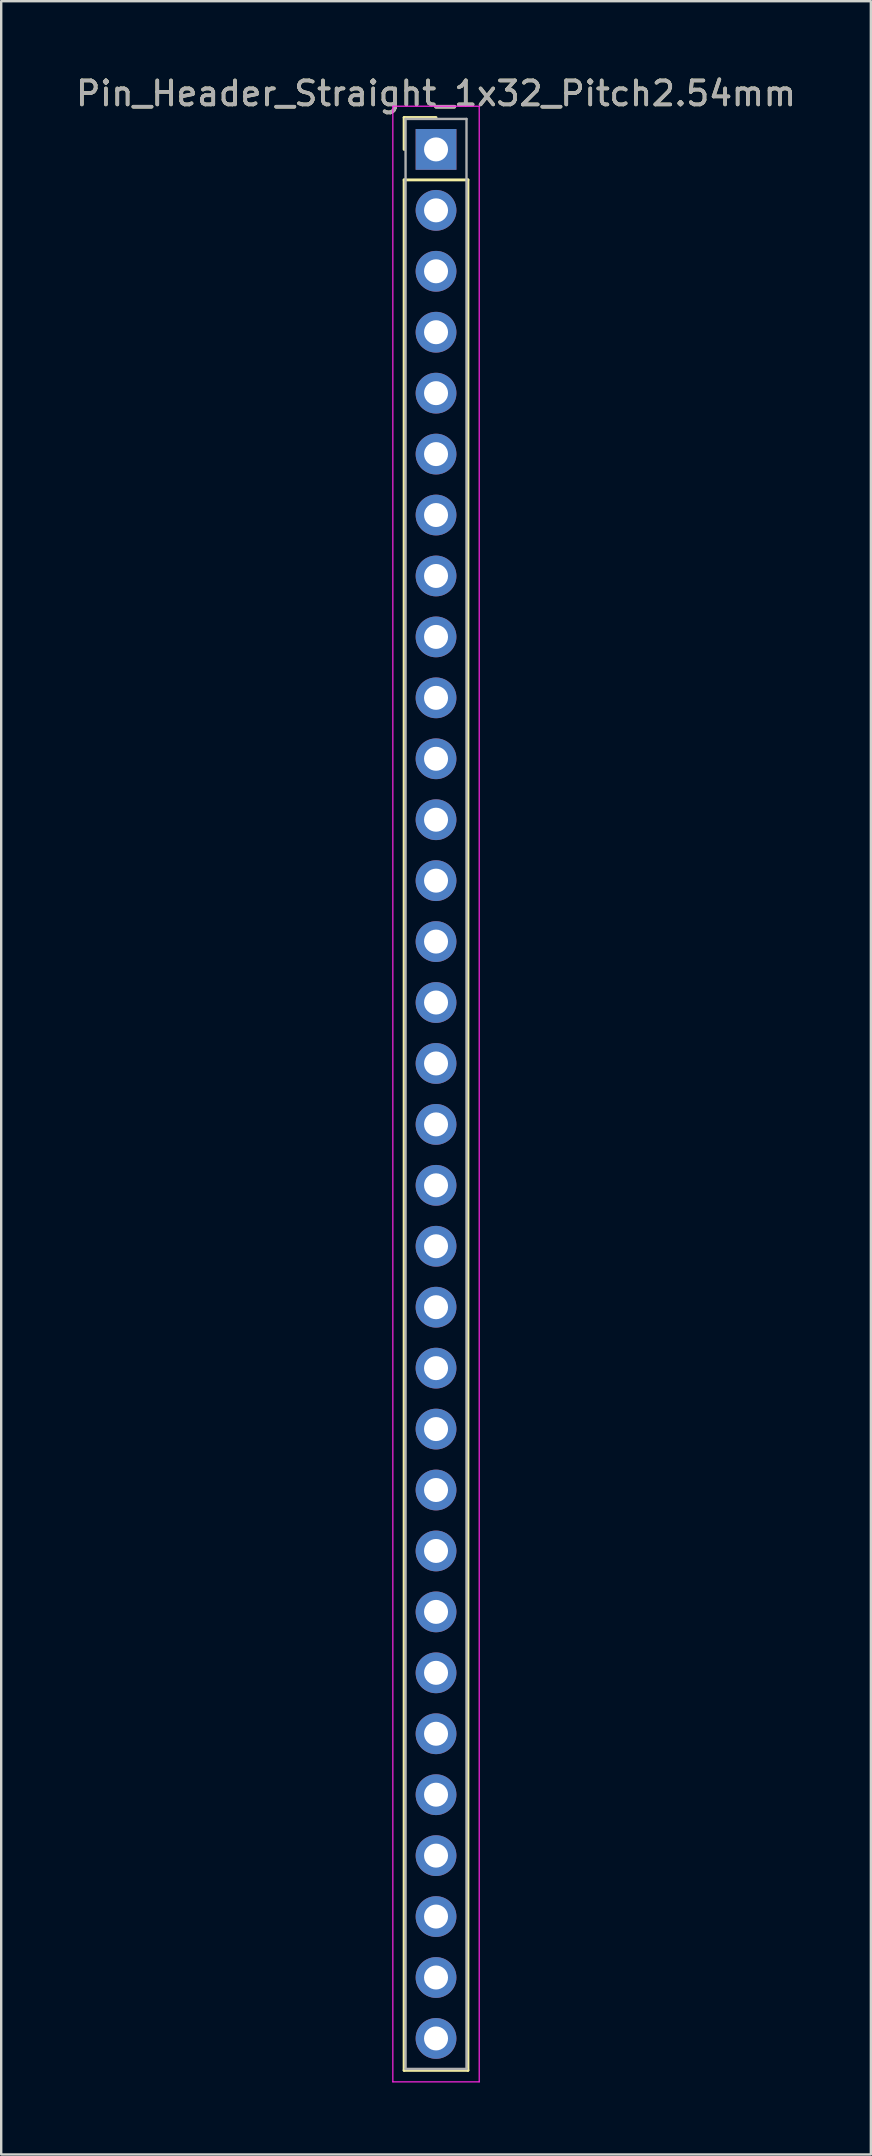
<source format=kicad_pcb>
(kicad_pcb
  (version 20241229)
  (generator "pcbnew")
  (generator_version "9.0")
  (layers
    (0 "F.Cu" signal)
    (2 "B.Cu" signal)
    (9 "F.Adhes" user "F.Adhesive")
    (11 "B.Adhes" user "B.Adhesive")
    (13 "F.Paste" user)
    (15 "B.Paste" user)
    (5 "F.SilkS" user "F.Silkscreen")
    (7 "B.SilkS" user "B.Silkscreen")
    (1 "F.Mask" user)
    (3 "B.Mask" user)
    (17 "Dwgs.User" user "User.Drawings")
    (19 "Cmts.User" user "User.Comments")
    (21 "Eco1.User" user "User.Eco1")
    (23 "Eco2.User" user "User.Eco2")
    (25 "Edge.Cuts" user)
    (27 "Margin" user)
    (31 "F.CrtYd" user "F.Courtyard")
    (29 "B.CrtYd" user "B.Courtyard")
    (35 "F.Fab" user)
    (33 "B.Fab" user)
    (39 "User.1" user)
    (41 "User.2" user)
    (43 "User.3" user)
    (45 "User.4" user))
  (footprint "Pin_Header_Straight_1x32_Pitch2.54mm"
    (layer "F.Cu")
    (at 15.125 3.178)
    (property "Reference" "Pin_Header_Straight_1x32_Pitch2.54mm" (at 0 -2.33 0) (layer "F.SilkS") (effects (font (size 1 1) (thickness 0.15))))
    (attr through_hole)
    (fp_line (start -1.33 -1.33) (end 0 -1.33) (stroke (width 0.12) (type solid)) (layer "F.SilkS"))
    (fp_line (start -1.33 0) (end -1.33 -1.33) (stroke (width 0.12) (type solid)) (layer "F.SilkS"))
    (fp_line (start -1.33 1.27) (end -1.33 80.07) (stroke (width 0.12) (type solid)) (layer "F.SilkS"))
    (fp_line (start -1.33 80.07) (end 1.33 80.07) (stroke (width 0.12) (type solid)) (layer "F.SilkS"))
    (fp_line (start 1.33 1.27) (end -1.33 1.27) (stroke (width 0.12) (type solid)) (layer "F.SilkS"))
    (fp_line (start 1.33 80.07) (end 1.33 1.27) (stroke (width 0.12) (type solid)) (layer "F.SilkS"))
    (fp_line (start -1.8 -1.8) (end -1.8 80.55) (stroke (width 0.05) (type solid)) (layer "F.CrtYd"))
    (fp_line (start -1.8 80.55) (end 1.8 80.55) (stroke (width 0.05) (type solid)) (layer "F.CrtYd"))
    (fp_line (start 1.8 -1.8) (end -1.8 -1.8) (stroke (width 0.05) (type solid)) (layer "F.CrtYd"))
    (fp_line (start 1.8 80.55) (end 1.8 -1.8) (stroke (width 0.05) (type solid)) (layer "F.CrtYd"))
    (fp_line (start -1.27 -1.27) (end -1.27 80.01) (stroke (width 0.1) (type solid)) (layer "F.Fab"))
    (fp_line (start -1.27 80.01) (end 1.27 80.01) (stroke (width 0.1) (type solid)) (layer "F.Fab"))
    (fp_line (start 1.27 -1.27) (end -1.27 -1.27) (stroke (width 0.1) (type solid)) (layer "F.Fab"))
    (fp_line (start 1.27 80.01) (end 1.27 -1.27) (stroke (width 0.1) (type solid)) (layer "F.Fab"))
    (fp_text user "${REFERENCE}" (at 0 -2.33 0) (layer "F.Fab") (effects (font (size 1 1) (thickness 0.15))))
    (pad "1" thru_hole rect (at 0 0) (size 1.7 1.7) (drill 1) (layers "*.Cu" "*.Mask"))
    (pad "2" thru_hole oval (at 0 2.54) (size 1.7 1.7) (drill 1) (layers "*.Cu" "*.Mask"))
    (pad "3" thru_hole oval (at 0 5.08) (size 1.7 1.7) (drill 1) (layers "*.Cu" "*.Mask"))
    (pad "4" thru_hole oval (at 0 7.62) (size 1.7 1.7) (drill 1) (layers "*.Cu" "*.Mask"))
    (pad "5" thru_hole oval (at 0 10.16) (size 1.7 1.7) (drill 1) (layers "*.Cu" "*.Mask"))
    (pad "6" thru_hole oval (at 0 12.7) (size 1.7 1.7) (drill 1) (layers "*.Cu" "*.Mask"))
    (pad "7" thru_hole oval (at 0 15.24) (size 1.7 1.7) (drill 1) (layers "*.Cu" "*.Mask"))
    (pad "8" thru_hole oval (at 0 17.78) (size 1.7 1.7) (drill 1) (layers "*.Cu" "*.Mask"))
    (pad "9" thru_hole oval (at 0 20.32) (size 1.7 1.7) (drill 1) (layers "*.Cu" "*.Mask"))
    (pad "10" thru_hole oval (at 0 22.86) (size 1.7 1.7) (drill 1) (layers "*.Cu" "*.Mask"))
    (pad "11" thru_hole oval (at 0 25.4) (size 1.7 1.7) (drill 1) (layers "*.Cu" "*.Mask"))
    (pad "12" thru_hole oval (at 0 27.94) (size 1.7 1.7) (drill 1) (layers "*.Cu" "*.Mask"))
    (pad "13" thru_hole oval (at 0 30.48) (size 1.7 1.7) (drill 1) (layers "*.Cu" "*.Mask"))
    (pad "14" thru_hole oval (at 0 33.02) (size 1.7 1.7) (drill 1) (layers "*.Cu" "*.Mask"))
    (pad "15" thru_hole oval (at 0 35.56) (size 1.7 1.7) (drill 1) (layers "*.Cu" "*.Mask"))
    (pad "16" thru_hole oval (at 0 38.1) (size 1.7 1.7) (drill 1) (layers "*.Cu" "*.Mask"))
    (pad "17" thru_hole oval (at 0 40.64) (size 1.7 1.7) (drill 1) (layers "*.Cu" "*.Mask"))
    (pad "18" thru_hole oval (at 0 43.18) (size 1.7 1.7) (drill 1) (layers "*.Cu" "*.Mask"))
    (pad "19" thru_hole oval (at 0 45.72) (size 1.7 1.7) (drill 1) (layers "*.Cu" "*.Mask"))
    (pad "20" thru_hole oval (at 0 48.26) (size 1.7 1.7) (drill 1) (layers "*.Cu" "*.Mask"))
    (pad "21" thru_hole oval (at 0 50.8) (size 1.7 1.7) (drill 1) (layers "*.Cu" "*.Mask"))
    (pad "22" thru_hole oval (at 0 53.34) (size 1.7 1.7) (drill 1) (layers "*.Cu" "*.Mask"))
    (pad "23" thru_hole oval (at 0 55.88) (size 1.7 1.7) (drill 1) (layers "*.Cu" "*.Mask"))
    (pad "24" thru_hole oval (at 0 58.42) (size 1.7 1.7) (drill 1) (layers "*.Cu" "*.Mask"))
    (pad "25" thru_hole oval (at 0 60.96) (size 1.7 1.7) (drill 1) (layers "*.Cu" "*.Mask"))
    (pad "26" thru_hole oval (at 0 63.5) (size 1.7 1.7) (drill 1) (layers "*.Cu" "*.Mask"))
    (pad "27" thru_hole oval (at 0 66.04) (size 1.7 1.7) (drill 1) (layers "*.Cu" "*.Mask"))
    (pad "28" thru_hole oval (at 0 68.58) (size 1.7 1.7) (drill 1) (layers "*.Cu" "*.Mask"))
    (pad "29" thru_hole oval (at 0 71.12) (size 1.7 1.7) (drill 1) (layers "*.Cu" "*.Mask"))
    (pad "30" thru_hole oval (at 0 73.66) (size 1.7 1.7) (drill 1) (layers "*.Cu" "*.Mask"))
    (pad "31" thru_hole oval (at 0 76.2) (size 1.7 1.7) (drill 1) (layers "*.Cu" "*.Mask"))
    (pad "32" thru_hole oval (at 0 78.74) (size 1.7 1.7) (drill 1) (layers "*.Cu" "*.Mask")))
  (gr_rect
    (start -3 -3)
    (end 33.25 86.753)
    (stroke (width 0.1) (type default))
    (fill no)
    (layer "Edge.Cuts")))
</source>
